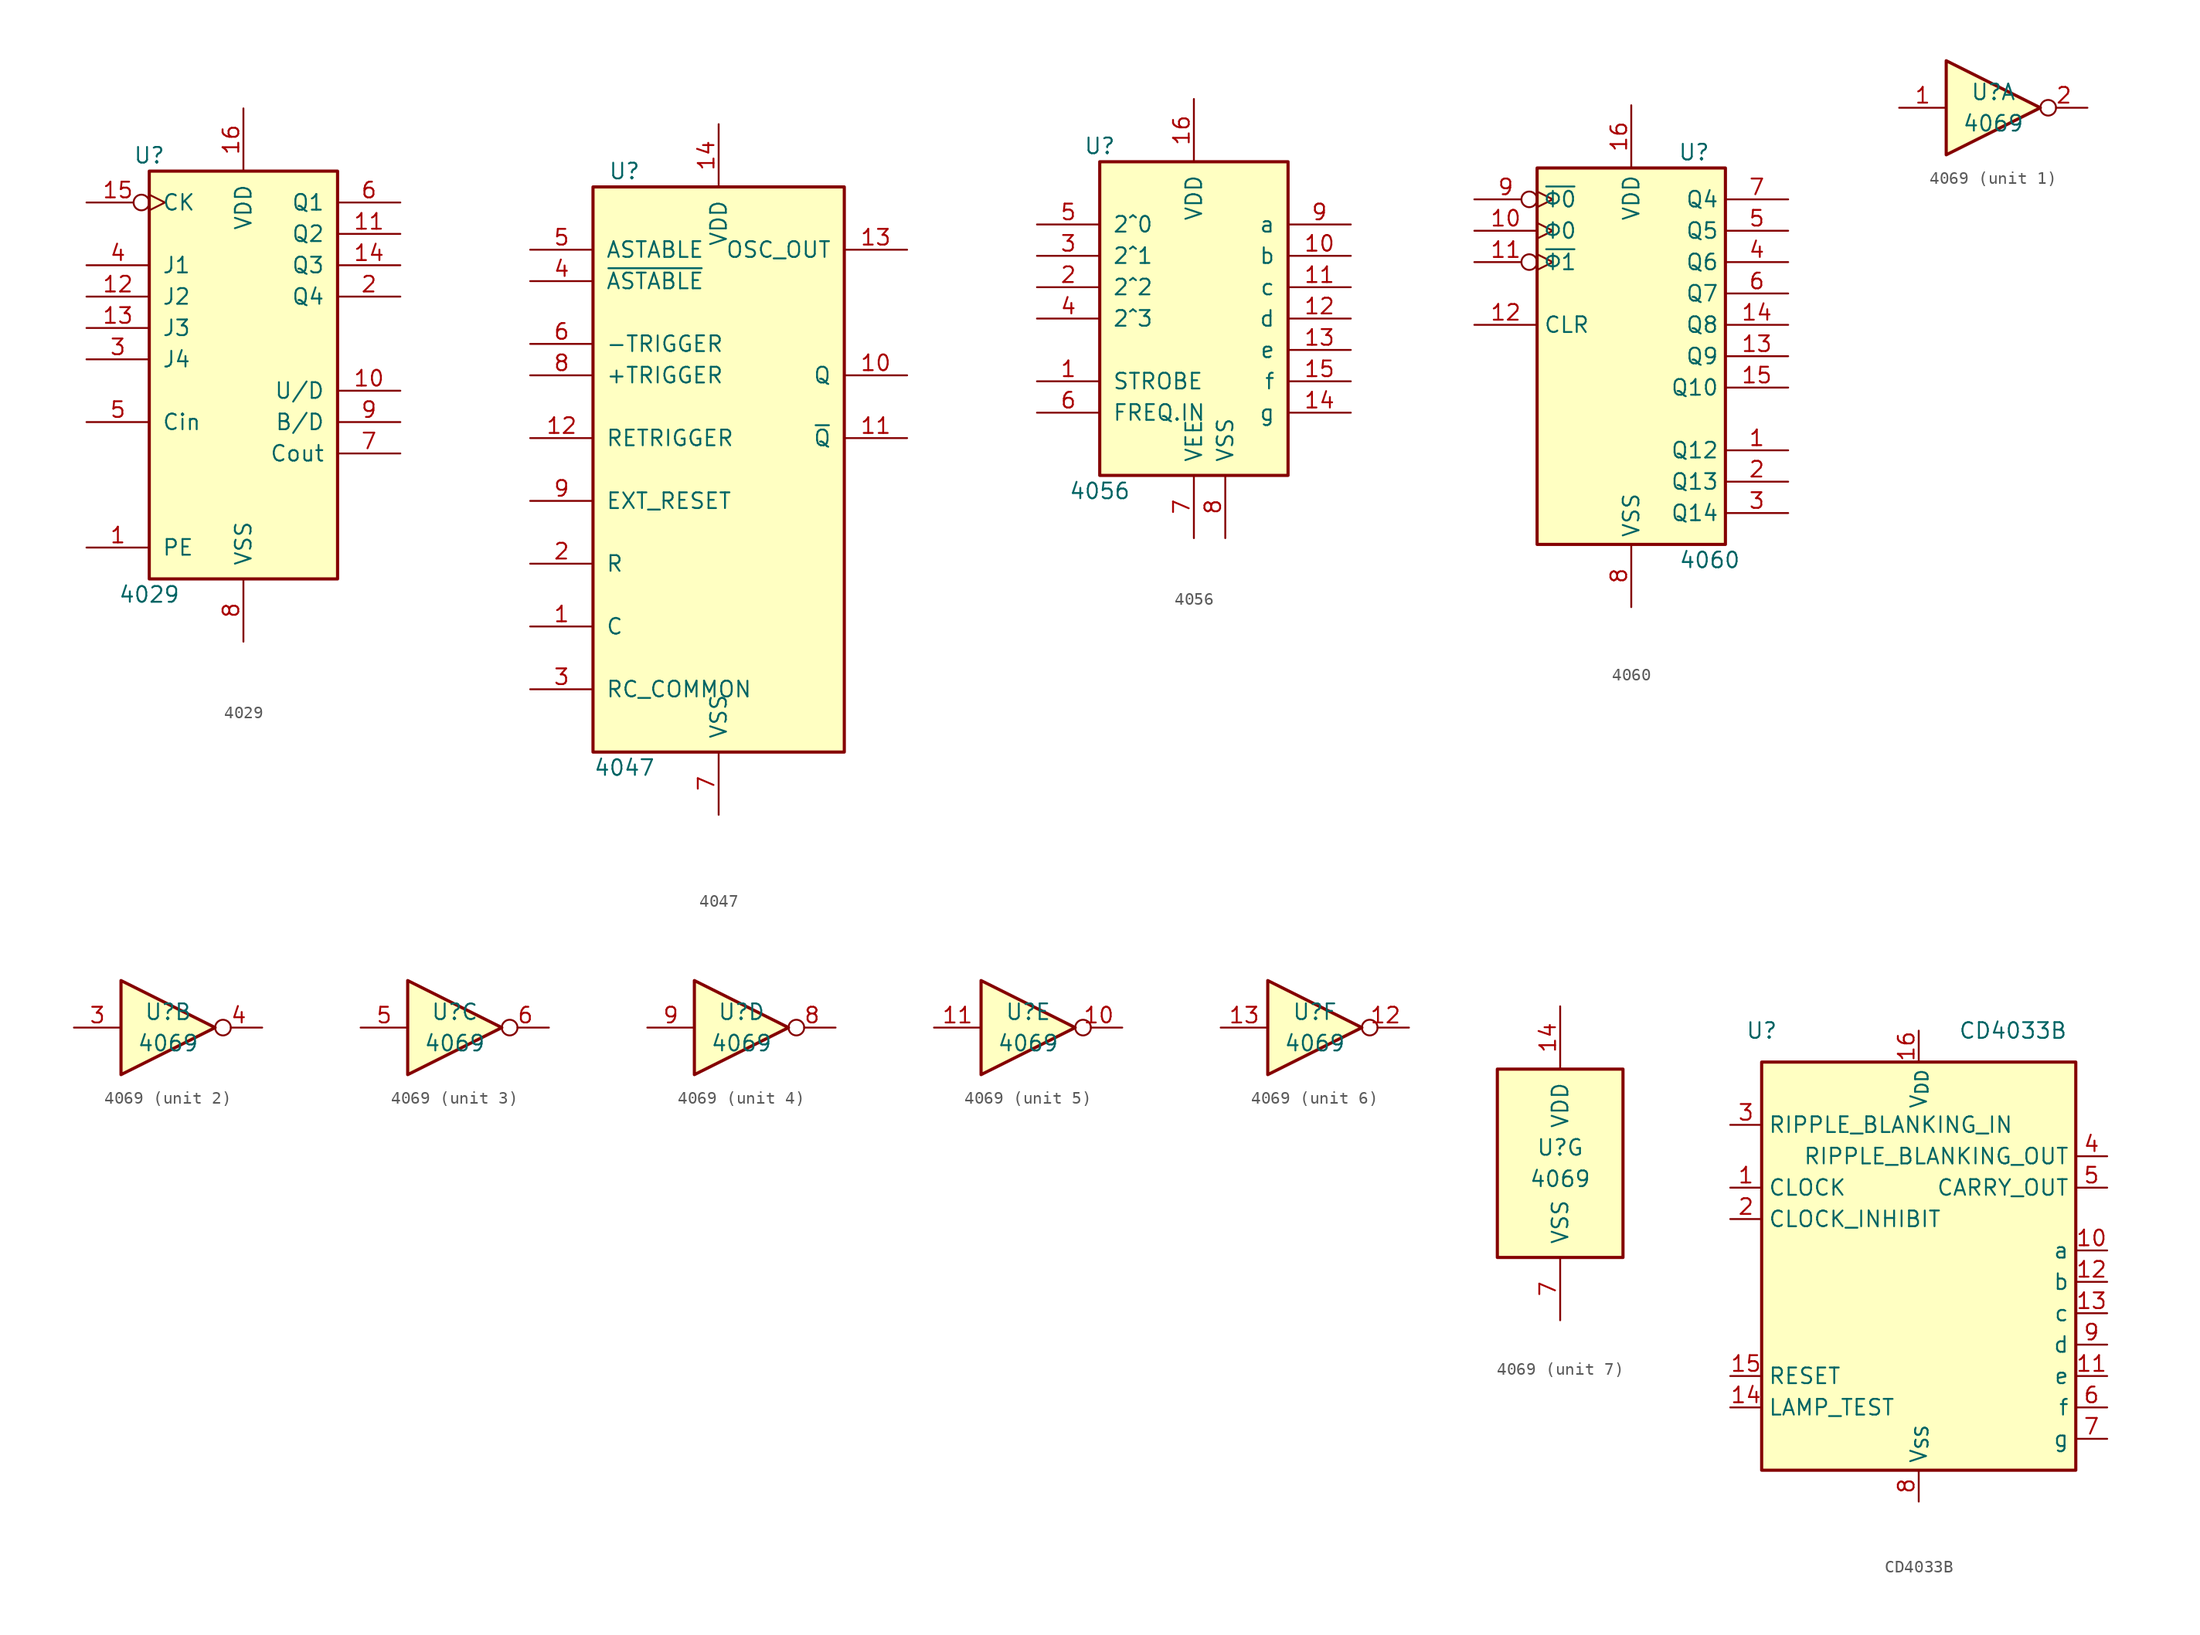
<source format=kicad_sym>
(kicad_symbol_lib
  (version 20241209)
  (generator "kicad_symbol_editor")
  (generator_version "9.0")
  (symbol "4029"
    (pin_names
      (offset 1.016))
    (property "Reference" "U"
      (at -7.62 16.51 0)
      (effects (font (size 1.27 1.27))))
    (property "Value" "4029"
      (at -7.62 -19.05 0)
      (effects (font (size 1.27 1.27))))
    (property "ki_locked" ""
      (at 0 0 0)
      (effects (font (size 1.27 1.27))))
    (symbol "4029_1_0"
      (pin input inverted_clock (at -12.7 12.7 0) (length 5.08) (name "CK" (effects (font (size 1.27 1.27)))) (number "15" (effects (font (size 1.27 1.27)))))
      (pin input line (at -12.7 7.62 0) (length 5.08) (name "J1" (effects (font (size 1.27 1.27)))) (number "4" (effects (font (size 1.27 1.27)))))
      (pin input line (at -12.7 5.08 0) (length 5.08) (name "J2" (effects (font (size 1.27 1.27)))) (number "12" (effects (font (size 1.27 1.27)))))
      (pin input line (at -12.7 2.54 0) (length 5.08) (name "J3" (effects (font (size 1.27 1.27)))) (number "13" (effects (font (size 1.27 1.27)))))
      (pin input line (at -12.7 0 0) (length 5.08) (name "J4" (effects (font (size 1.27 1.27)))) (number "3" (effects (font (size 1.27 1.27)))))
      (pin input line (at -12.7 -5.08 0) (length 5.08) (name "Cin" (effects (font (size 1.27 1.27)))) (number "5" (effects (font (size 1.27 1.27)))))
      (pin input line (at -12.7 -15.24 0) (length 5.08) (name "PE" (effects (font (size 1.27 1.27)))) (number "1" (effects (font (size 1.27 1.27)))))
      (pin power_in line (at 0 20.32 270) (length 5.08) (name "VDD" (effects (font (size 1.27 1.27)))) (number "16" (effects (font (size 1.27 1.27)))))
      (pin power_in line (at 0 -22.86 90) (length 5.08) (name "VSS" (effects (font (size 1.27 1.27)))) (number "8" (effects (font (size 1.27 1.27)))))
      (pin output line (at 12.7 12.7 180) (length 5.08) (name "Q1" (effects (font (size 1.27 1.27)))) (number "6" (effects (font (size 1.27 1.27)))))
      (pin output line (at 12.7 10.16 180) (length 5.08) (name "Q2" (effects (font (size 1.27 1.27)))) (number "11" (effects (font (size 1.27 1.27)))))
      (pin output line (at 12.7 7.62 180) (length 5.08) (name "Q3" (effects (font (size 1.27 1.27)))) (number "14" (effects (font (size 1.27 1.27)))))
      (pin output line (at 12.7 5.08 180) (length 5.08) (name "Q4" (effects (font (size 1.27 1.27)))) (number "2" (effects (font (size 1.27 1.27)))))
      (pin input line (at 12.7 -2.54 180) (length 5.08) (name "U/D" (effects (font (size 1.27 1.27)))) (number "10" (effects (font (size 1.27 1.27)))))
      (pin input line (at 12.7 -5.08 180) (length 5.08) (name "B/D" (effects (font (size 1.27 1.27)))) (number "9" (effects (font (size 1.27 1.27)))))
      (pin output line (at 12.7 -7.62 180) (length 5.08) (name "Cout" (effects (font (size 1.27 1.27)))) (number "7" (effects (font (size 1.27 1.27))))))
    (symbol "4029_1_1"
      (rectangle (start -7.62 15.24) (end 7.62 -17.78) (stroke (width 0.254) (type default)) (fill (type background)))))
  (symbol "4047"
    (pin_names
      (offset 1.016))
    (property "Reference" "U"
      (at -7.62 24.13 0)
      (effects (font (size 1.27 1.27))))
    (property "Value" "4047"
      (at -7.62 -24.13 0)
      (effects (font (size 1.27 1.27))))
    (property "ki_locked" ""
      (at 0 0 0)
      (effects (font (size 1.27 1.27))))
    (symbol "4047_1_0"
      (pin input line (at -15.24 17.78 0) (length 5.08) (name "ASTABLE" (effects (font (size 1.27 1.27)))) (number "5" (effects (font (size 1.27 1.27)))))
      (pin input line (at -15.24 15.24 0) (length 5.08) (name "~{ASTABLE}" (effects (font (size 1.27 1.27)))) (number "4" (effects (font (size 1.27 1.27)))))
      (pin input line (at -15.24 10.16 0) (length 5.08) (name "-TRIGGER" (effects (font (size 1.27 1.27)))) (number "6" (effects (font (size 1.27 1.27)))))
      (pin input line (at -15.24 7.62 0) (length 5.08) (name "+TRIGGER" (effects (font (size 1.27 1.27)))) (number "8" (effects (font (size 1.27 1.27)))))
      (pin input line (at -15.24 2.54 0) (length 5.08) (name "RETRIGGER" (effects (font (size 1.27 1.27)))) (number "12" (effects (font (size 1.27 1.27)))))
      (pin input line (at -15.24 -2.54 0) (length 5.08) (name "EXT_RESET" (effects (font (size 1.27 1.27)))) (number "9" (effects (font (size 1.27 1.27)))))
      (pin input line (at -15.24 -7.62 0) (length 5.08) (name "R" (effects (font (size 1.27 1.27)))) (number "2" (effects (font (size 1.27 1.27)))))
      (pin input line (at -15.24 -12.7 0) (length 5.08) (name "C" (effects (font (size 1.27 1.27)))) (number "1" (effects (font (size 1.27 1.27)))))
      (pin input line (at -15.24 -17.78 0) (length 5.08) (name "RC_COMMON" (effects (font (size 1.27 1.27)))) (number "3" (effects (font (size 1.27 1.27)))))
      (pin power_in line (at 0 27.94 270) (length 5.08) (name "VDD" (effects (font (size 1.27 1.27)))) (number "14" (effects (font (size 1.27 1.27)))))
      (pin power_in line (at 0 -27.94 90) (length 5.08) (name "VSS" (effects (font (size 1.27 1.27)))) (number "7" (effects (font (size 1.27 1.27)))))
      (pin output line (at 15.24 17.78 180) (length 5.08) (name "OSC_OUT" (effects (font (size 1.27 1.27)))) (number "13" (effects (font (size 1.27 1.27)))))
      (pin output line (at 15.24 7.62 180) (length 5.08) (name "Q" (effects (font (size 1.27 1.27)))) (number "10" (effects (font (size 1.27 1.27)))))
      (pin output line (at 15.24 2.54 180) (length 5.08) (name "~{Q}" (effects (font (size 1.27 1.27)))) (number "11" (effects (font (size 1.27 1.27))))))
    (symbol "4047_1_1"
      (rectangle (start -10.16 22.86) (end 10.16 -22.86) (stroke (width 0.254) (type default)) (fill (type background)))))
  (symbol "4056"
    (pin_names
      (offset 1.016))
    (property "Reference" "U"
      (at -7.62 13.97 0)
      (effects (font (size 1.27 1.27))))
    (property "Value" "4056"
      (at -7.62 -13.97 0)
      (effects (font (size 1.27 1.27))))
    (property "ki_locked" ""
      (at 0 0 0)
      (effects (font (size 1.27 1.27))))
    (symbol "4056_1_0"
      (pin input line (at -12.7 7.62 0) (length 5.08) (name "2^0" (effects (font (size 1.27 1.27)))) (number "5" (effects (font (size 1.27 1.27)))))
      (pin input line (at -12.7 5.08 0) (length 5.08) (name "2^1" (effects (font (size 1.27 1.27)))) (number "3" (effects (font (size 1.27 1.27)))))
      (pin input line (at -12.7 2.54 0) (length 5.08) (name "2^2" (effects (font (size 1.27 1.27)))) (number "2" (effects (font (size 1.27 1.27)))))
      (pin input line (at -12.7 0 0) (length 5.08) (name "2^3" (effects (font (size 1.27 1.27)))) (number "4" (effects (font (size 1.27 1.27)))))
      (pin input line (at -12.7 -5.08 0) (length 5.08) (name "STROBE" (effects (font (size 1.27 1.27)))) (number "1" (effects (font (size 1.27 1.27)))))
      (pin input line (at -12.7 -7.62 0) (length 5.08) (name "FREQ.IN" (effects (font (size 1.27 1.27)))) (number "6" (effects (font (size 1.27 1.27)))))
      (pin power_in line (at 0 17.78 270) (length 5.08) (name "VDD" (effects (font (size 1.27 1.27)))) (number "16" (effects (font (size 1.27 1.27)))))
      (pin power_in line (at 0 -17.78 90) (length 5.08) (name "VEE" (effects (font (size 1.27 1.27)))) (number "7" (effects (font (size 1.27 1.27)))))
      (pin power_in line (at 2.54 -17.78 90) (length 5.08) (name "VSS" (effects (font (size 1.27 1.27)))) (number "8" (effects (font (size 1.27 1.27)))))
      (pin output line (at 12.7 7.62 180) (length 5.08) (name "a" (effects (font (size 1.27 1.27)))) (number "9" (effects (font (size 1.27 1.27)))))
      (pin output line (at 12.7 5.08 180) (length 5.08) (name "b" (effects (font (size 1.27 1.27)))) (number "10" (effects (font (size 1.27 1.27)))))
      (pin output line (at 12.7 2.54 180) (length 5.08) (name "c" (effects (font (size 1.27 1.27)))) (number "11" (effects (font (size 1.27 1.27)))))
      (pin output line (at 12.7 0 180) (length 5.08) (name "d" (effects (font (size 1.27 1.27)))) (number "12" (effects (font (size 1.27 1.27)))))
      (pin output line (at 12.7 -2.54 180) (length 5.08) (name "e" (effects (font (size 1.27 1.27)))) (number "13" (effects (font (size 1.27 1.27)))))
      (pin output line (at 12.7 -5.08 180) (length 5.08) (name "f" (effects (font (size 1.27 1.27)))) (number "15" (effects (font (size 1.27 1.27)))))
      (pin output line (at 12.7 -7.62 180) (length 5.08) (name "g" (effects (font (size 1.27 1.27)))) (number "14" (effects (font (size 1.27 1.27))))))
    (symbol "4056_1_1"
      (rectangle (start -7.62 12.7) (end 7.62 -12.7) (stroke (width 0.254) (type default)) (fill (type background)))))
  (symbol "4060"
    (property "Reference" "U"
      (at 5.08 16.51 0)
      (effects (font (size 1.27 1.27))))
    (property "Value" "4060"
      (at 6.35 -16.51 0)
      (effects (font (size 1.27 1.27))))
    (symbol "4060_1_0"
      (pin input inverted_clock (at -12.7 12.7 0) (length 5.08) (name "~{Φ0}" (effects (font (size 1.27 1.27)))) (number "9" (effects (font (size 1.27 1.27)))))
      (pin input clock (at -12.7 10.16 0) (length 5.08) (name "Φ0" (effects (font (size 1.27 1.27)))) (number "10" (effects (font (size 1.27 1.27)))))
      (pin input inverted_clock (at -12.7 7.62 0) (length 5.08) (name "~{Φ1}" (effects (font (size 1.27 1.27)))) (number "11" (effects (font (size 1.27 1.27)))))
      (pin input line (at -12.7 2.54 0) (length 5.08) (name "CLR" (effects (font (size 1.27 1.27)))) (number "12" (effects (font (size 1.27 1.27)))))
      (pin power_in line (at 0 20.32 270) (length 5.08) (name "VDD" (effects (font (size 1.27 1.27)))) (number "16" (effects (font (size 1.27 1.27)))))
      (pin power_in line (at 0 -20.32 90) (length 5.08) (name "VSS" (effects (font (size 1.27 1.27)))) (number "8" (effects (font (size 1.27 1.27)))))
      (pin output line (at 12.7 12.7 180) (length 5.08) (name "Q4" (effects (font (size 1.27 1.27)))) (number "7" (effects (font (size 1.27 1.27)))))
      (pin output line (at 12.7 10.16 180) (length 5.08) (name "Q5" (effects (font (size 1.27 1.27)))) (number "5" (effects (font (size 1.27 1.27)))))
      (pin output line (at 12.7 7.62 180) (length 5.08) (name "Q6" (effects (font (size 1.27 1.27)))) (number "4" (effects (font (size 1.27 1.27)))))
      (pin output line (at 12.7 5.08 180) (length 5.08) (name "Q7" (effects (font (size 1.27 1.27)))) (number "6" (effects (font (size 1.27 1.27)))))
      (pin output line (at 12.7 2.54 180) (length 5.08) (name "Q8" (effects (font (size 1.27 1.27)))) (number "14" (effects (font (size 1.27 1.27)))))
      (pin output line (at 12.7 0 180) (length 5.08) (name "Q9" (effects (font (size 1.27 1.27)))) (number "13" (effects (font (size 1.27 1.27)))))
      (pin output line (at 12.7 -2.54 180) (length 5.08) (name "Q10" (effects (font (size 1.27 1.27)))) (number "15" (effects (font (size 1.27 1.27)))))
      (pin output line (at 12.7 -7.62 180) (length 5.08) (name "Q12" (effects (font (size 1.27 1.27)))) (number "1" (effects (font (size 1.27 1.27)))))
      (pin output line (at 12.7 -10.16 180) (length 5.08) (name "Q13" (effects (font (size 1.27 1.27)))) (number "2" (effects (font (size 1.27 1.27)))))
      (pin output line (at 12.7 -12.7 180) (length 5.08) (name "Q14" (effects (font (size 1.27 1.27)))) (number "3" (effects (font (size 1.27 1.27))))))
    (symbol "4060_1_1"
      (rectangle (start -7.62 15.24) (end 7.62 -15.24) (stroke (width 0.254) (type default)) (fill (type background)))))
  (symbol "4069"
    (pin_names
      (offset 1.016))
    (property "Reference" "U"
      (at 0 1.27 0)
      (effects (font (size 1.27 1.27))))
    (property "Value" "4069"
      (at 0 -1.27 0)
      (effects (font (size 1.27 1.27))))
    (property "ki_locked" ""
      (at 0 0 0)
      (effects (font (size 1.27 1.27))))
    (symbol "4069_1_0"
      (polyline (pts (xy -3.81 3.81) (xy -3.81 -3.81) (xy 3.81 0) (xy -3.81 3.81)) (stroke (width 0.254) (type default)) (fill (type background)))
      (pin input line (at -7.62 0 0) (length 3.81) (name "~" (effects (font (size 1.27 1.27)))) (number "1" (effects (font (size 1.27 1.27)))))
      (pin output inverted (at 7.62 0 180) (length 3.81) (name "~" (effects (font (size 1.27 1.27)))) (number "2" (effects (font (size 1.27 1.27))))))
    (symbol "4069_2_0"
      (polyline (pts (xy -3.81 3.81) (xy -3.81 -3.81) (xy 3.81 0) (xy -3.81 3.81)) (stroke (width 0.254) (type default)) (fill (type background)))
      (pin input line (at -7.62 0 0) (length 3.81) (name "~" (effects (font (size 1.27 1.27)))) (number "3" (effects (font (size 1.27 1.27)))))
      (pin output inverted (at 7.62 0 180) (length 3.81) (name "~" (effects (font (size 1.27 1.27)))) (number "4" (effects (font (size 1.27 1.27))))))
    (symbol "4069_3_0"
      (polyline (pts (xy -3.81 3.81) (xy -3.81 -3.81) (xy 3.81 0) (xy -3.81 3.81)) (stroke (width 0.254) (type default)) (fill (type background)))
      (pin input line (at -7.62 0 0) (length 3.81) (name "~" (effects (font (size 1.27 1.27)))) (number "5" (effects (font (size 1.27 1.27)))))
      (pin output inverted (at 7.62 0 180) (length 3.81) (name "~" (effects (font (size 1.27 1.27)))) (number "6" (effects (font (size 1.27 1.27))))))
    (symbol "4069_4_0"
      (polyline (pts (xy -3.81 3.81) (xy -3.81 -3.81) (xy 3.81 0) (xy -3.81 3.81)) (stroke (width 0.254) (type default)) (fill (type background)))
      (pin input line (at -7.62 0 0) (length 3.81) (name "~" (effects (font (size 1.27 1.27)))) (number "9" (effects (font (size 1.27 1.27)))))
      (pin output inverted (at 7.62 0 180) (length 3.81) (name "~" (effects (font (size 1.27 1.27)))) (number "8" (effects (font (size 1.27 1.27))))))
    (symbol "4069_5_0"
      (polyline (pts (xy -3.81 3.81) (xy -3.81 -3.81) (xy 3.81 0) (xy -3.81 3.81)) (stroke (width 0.254) (type default)) (fill (type background)))
      (pin input line (at -7.62 0 0) (length 3.81) (name "~" (effects (font (size 1.27 1.27)))) (number "11" (effects (font (size 1.27 1.27)))))
      (pin output inverted (at 7.62 0 180) (length 3.81) (name "~" (effects (font (size 1.27 1.27)))) (number "10" (effects (font (size 1.27 1.27))))))
    (symbol "4069_6_0"
      (polyline (pts (xy -3.81 3.81) (xy -3.81 -3.81) (xy 3.81 0) (xy -3.81 3.81)) (stroke (width 0.254) (type default)) (fill (type background)))
      (pin input line (at -7.62 0 0) (length 3.81) (name "~" (effects (font (size 1.27 1.27)))) (number "13" (effects (font (size 1.27 1.27)))))
      (pin output inverted (at 7.62 0 180) (length 3.81) (name "~" (effects (font (size 1.27 1.27)))) (number "12" (effects (font (size 1.27 1.27))))))
    (symbol "4069_7_0"
      (pin power_in line (at 0 12.7 270) (length 5.08) (name "VDD" (effects (font (size 1.27 1.27)))) (number "14" (effects (font (size 1.27 1.27)))))
      (pin power_in line (at 0 -12.7 90) (length 5.08) (name "VSS" (effects (font (size 1.27 1.27)))) (number "7" (effects (font (size 1.27 1.27))))))
    (symbol "4069_7_1"
      (rectangle (start -5.08 7.62) (end 5.08 -7.62) (stroke (width 0.254) (type default)) (fill (type background)))))
  (symbol "CD4033B"
    (property "Reference" "U"
      (at -12.7 17.78 0)
      (effects (font (size 1.27 1.27))))
    (property "Value" "CD4033B"
      (at 7.62 17.78 0)
      (effects (font (size 1.27 1.27))))
    (symbol "CD4033B_1_1"
      (rectangle (start -12.7 15.24) (end 12.7 -17.78) (stroke (width 0.254) (type default)) (fill (type background)))
      (pin input line (at -15.24 10.16 0) (length 2.54) (name "RIPPLE_BLANKING_IN" (effects (font (size 1.27 1.27)))) (number "3" (effects (font (size 1.27 1.27)))))
      (pin input line (at -15.24 5.08 0) (length 2.54) (name "CLOCK" (effects (font (size 1.27 1.27)))) (number "1" (effects (font (size 1.27 1.27)))))
      (pin input line (at -15.24 2.54 0) (length 2.54) (name "CLOCK_INHIBIT" (effects (font (size 1.27 1.27)))) (number "2" (effects (font (size 1.27 1.27)))))
      (pin input line (at -15.24 -10.16 0) (length 2.54) (name "RESET" (effects (font (size 1.27 1.27)))) (number "15" (effects (font (size 1.27 1.27)))))
      (pin input line (at -15.24 -12.7 0) (length 2.54) (name "LAMP_TEST" (effects (font (size 1.27 1.27)))) (number "14" (effects (font (size 1.27 1.27)))))
      (pin power_in line (at 0 17.78 270) (length 2.54) (name "V_{DD}" (effects (font (size 1.27 1.27)))) (number "16" (effects (font (size 1.27 1.27)))))
      (pin power_in line (at 0 -20.32 90) (length 2.54) (name "V_{SS}" (effects (font (size 1.27 1.27)))) (number "8" (effects (font (size 1.27 1.27)))))
      (pin output line (at 15.24 7.62 180) (length 2.54) (name "RIPPLE_BLANKING_OUT" (effects (font (size 1.27 1.27)))) (number "4" (effects (font (size 1.27 1.27)))))
      (pin output line (at 15.24 5.08 180) (length 2.54) (name "CARRY_OUT" (effects (font (size 1.27 1.27)))) (number "5" (effects (font (size 1.27 1.27)))))
      (pin output line (at 15.24 0 180) (length 2.54) (name "a" (effects (font (size 1.27 1.27)))) (number "10" (effects (font (size 1.27 1.27)))))
      (pin output line (at 15.24 -2.54 180) (length 2.54) (name "b" (effects (font (size 1.27 1.27)))) (number "12" (effects (font (size 1.27 1.27)))))
      (pin output line (at 15.24 -5.08 180) (length 2.54) (name "c" (effects (font (size 1.27 1.27)))) (number "13" (effects (font (size 1.27 1.27)))))
      (pin output line (at 15.24 -7.62 180) (length 2.54) (name "d" (effects (font (size 1.27 1.27)))) (number "9" (effects (font (size 1.27 1.27)))))
      (pin output line (at 15.24 -10.16 180) (length 2.54) (name "e" (effects (font (size 1.27 1.27)))) (number "11" (effects (font (size 1.27 1.27)))))
      (pin output line (at 15.24 -12.7 180) (length 2.54) (name "f" (effects (font (size 1.27 1.27)))) (number "6" (effects (font (size 1.27 1.27)))))
      (pin output line (at 15.24 -15.24 180) (length 2.54) (name "g" (effects (font (size 1.27 1.27)))) (number "7" (effects (font (size 1.27 1.27))))))))
</source>
